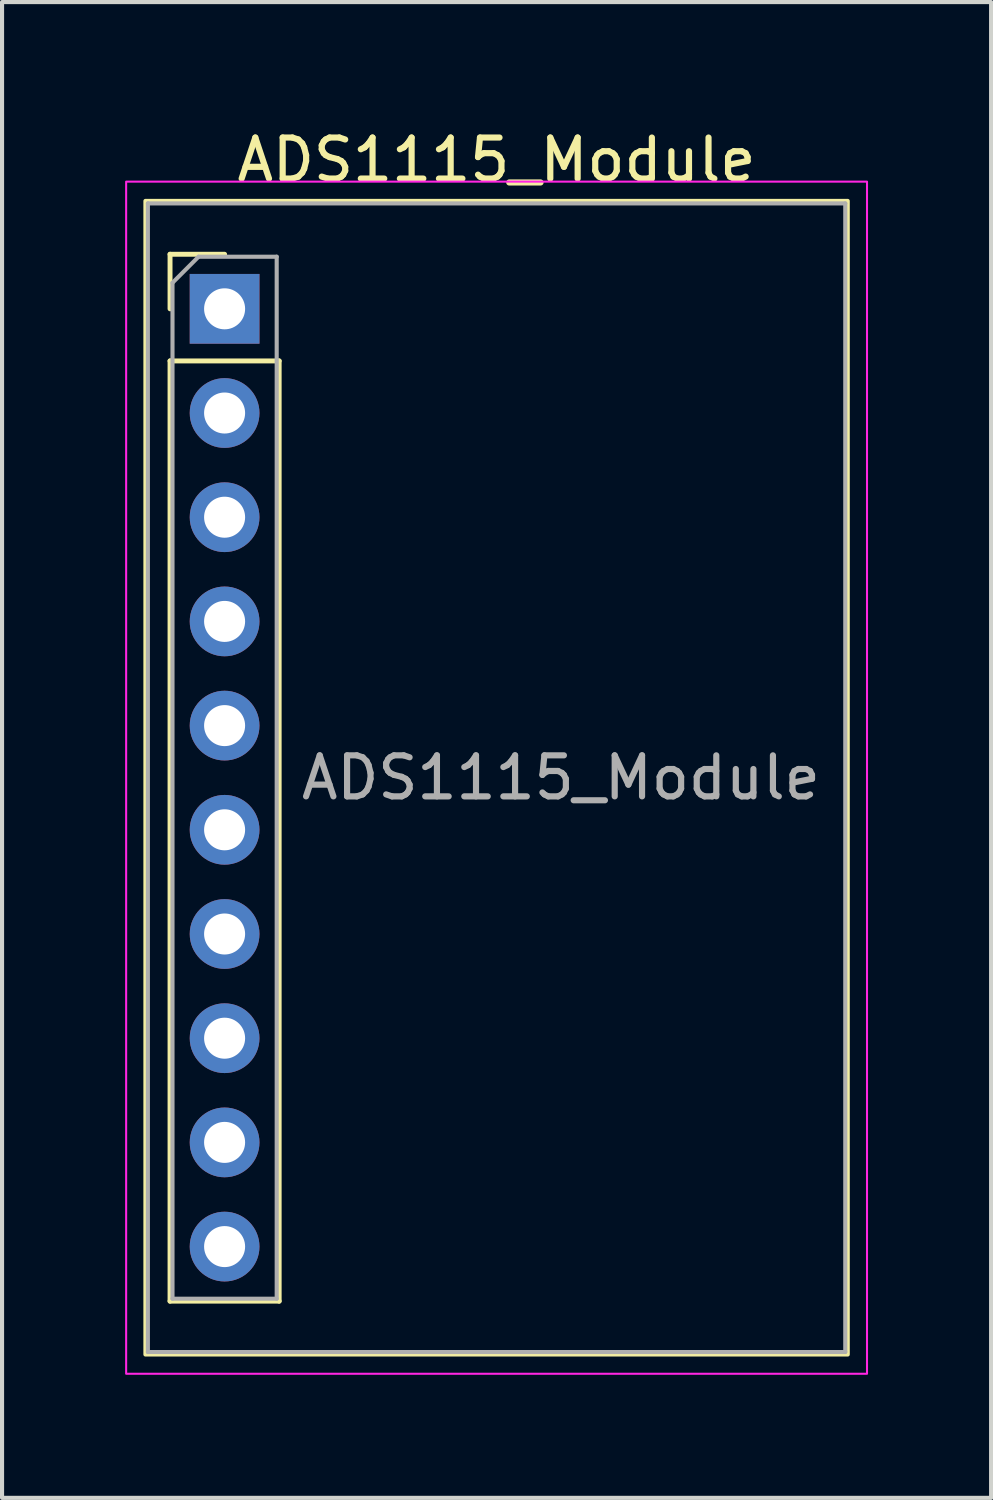
<source format=kicad_pcb>
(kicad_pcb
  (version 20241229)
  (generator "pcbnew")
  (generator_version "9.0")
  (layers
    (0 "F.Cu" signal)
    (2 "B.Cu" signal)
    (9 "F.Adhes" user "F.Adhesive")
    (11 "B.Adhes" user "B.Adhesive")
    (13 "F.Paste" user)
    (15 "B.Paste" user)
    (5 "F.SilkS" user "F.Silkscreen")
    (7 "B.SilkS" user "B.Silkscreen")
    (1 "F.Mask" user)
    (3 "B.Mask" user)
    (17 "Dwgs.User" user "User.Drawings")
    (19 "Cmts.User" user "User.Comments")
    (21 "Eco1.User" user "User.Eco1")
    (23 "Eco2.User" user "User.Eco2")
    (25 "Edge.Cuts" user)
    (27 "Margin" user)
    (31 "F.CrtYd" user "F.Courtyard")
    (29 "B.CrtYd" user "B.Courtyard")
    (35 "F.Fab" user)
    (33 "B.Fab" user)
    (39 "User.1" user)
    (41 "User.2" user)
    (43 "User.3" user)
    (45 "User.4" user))
  (footprint "ADS1115_Module"
    (layer "F.Cu")
    (at 2.425 4.478)
    (property "Reference" "ADS1115_Module" (at 6.63 -3.63 0) (layer "F.SilkS") (effects (font (size 1 1) (thickness 0.15))))
    (attr through_hole)
    (fp_line (start -1.33 -1.33) (end 0 -1.33) (stroke (width 0.12) (type solid)) (layer "F.SilkS"))
    (fp_line (start -1.33 0) (end -1.33 -1.33) (stroke (width 0.12) (type solid)) (layer "F.SilkS"))
    (fp_line (start -1.33 1.27) (end -1.33 24.19) (stroke (width 0.12) (type solid)) (layer "F.SilkS"))
    (fp_line (start -1.33 1.27) (end 1.33 1.27) (stroke (width 0.12) (type solid)) (layer "F.SilkS"))
    (fp_line (start -1.33 24.19) (end 1.33 24.19) (stroke (width 0.12) (type solid)) (layer "F.SilkS"))
    (fp_line (start 1.33 1.27) (end 1.33 24.19) (stroke (width 0.12) (type solid)) (layer "F.SilkS"))
    (fp_rect (start -1.93 -2.63) (end 15.19 25.49) (stroke (width 0.1) (type default)) (fill no) (layer "F.SilkS"))
    (fp_rect (start -2.4 -3.1) (end 15.66 25.96) (stroke (width 0.05) (type default)) (fill no) (layer "F.CrtYd"))
    (fp_line (start -1.87 -2.57) (end 15.13 -2.57) (stroke (width 0.1) (type solid)) (layer "F.Fab"))
    (fp_line (start -1.87 25.43) (end -1.87 -2.57) (stroke (width 0.1) (type solid)) (layer "F.Fab"))
    (fp_line (start -1.27 -0.635) (end -0.635 -1.27) (stroke (width 0.1) (type solid)) (layer "F.Fab"))
    (fp_line (start -1.27 24.13) (end -1.27 -0.635) (stroke (width 0.1) (type solid)) (layer "F.Fab"))
    (fp_line (start -0.635 -1.27) (end 1.27 -1.27) (stroke (width 0.1) (type solid)) (layer "F.Fab"))
    (fp_line (start 1.27 -1.27) (end 1.27 24.13) (stroke (width 0.1) (type solid)) (layer "F.Fab"))
    (fp_line (start 1.27 24.13) (end -1.27 24.13) (stroke (width 0.1) (type solid)) (layer "F.Fab"))
    (fp_line (start 15.13 -2.57) (end 15.13 25.43) (stroke (width 0.1) (type default)) (layer "F.Fab"))
    (fp_line (start 15.13 25.43) (end -1.87 25.43) (stroke (width 0.1) (type solid)) (layer "F.Fab"))
    (fp_text user "${REFERENCE}" (at 8.2 11.43 0) (layer "F.Fab") (effects (font (size 1 1) (thickness 0.15))))
    (pad "1" thru_hole rect (at 0 0) (size 1.7 1.7) (drill 1) (layers "*.Cu" "*.Mask"))
    (pad "2" thru_hole oval (at 0 2.54) (size 1.7 1.7) (drill 1) (layers "*.Cu" "*.Mask"))
    (pad "3" thru_hole oval (at 0 5.08) (size 1.7 1.7) (drill 1) (layers "*.Cu" "*.Mask"))
    (pad "4" thru_hole oval (at 0 7.62) (size 1.7 1.7) (drill 1) (layers "*.Cu" "*.Mask"))
    (pad "5" thru_hole oval (at 0 10.16) (size 1.7 1.7) (drill 1) (layers "*.Cu" "*.Mask"))
    (pad "6" thru_hole oval (at 0 12.7) (size 1.7 1.7) (drill 1) (layers "*.Cu" "*.Mask"))
    (pad "7" thru_hole oval (at 0 15.24) (size 1.7 1.7) (drill 1) (layers "*.Cu" "*.Mask"))
    (pad "8" thru_hole oval (at 0 17.78) (size 1.7 1.7) (drill 1) (layers "*.Cu" "*.Mask"))
    (pad "9" thru_hole oval (at 0 20.32) (size 1.7 1.7) (drill 1) (layers "*.Cu" "*.Mask"))
    (pad "10" thru_hole oval (at 0 22.86) (size 1.7 1.7) (drill 1) (layers "*.Cu" "*.Mask")))
  (gr_rect
    (start -3 -3)
    (end 21.11 33.463)
    (stroke (width 0.1) (type default))
    (fill no)
    (layer "Edge.Cuts")))
</source>
